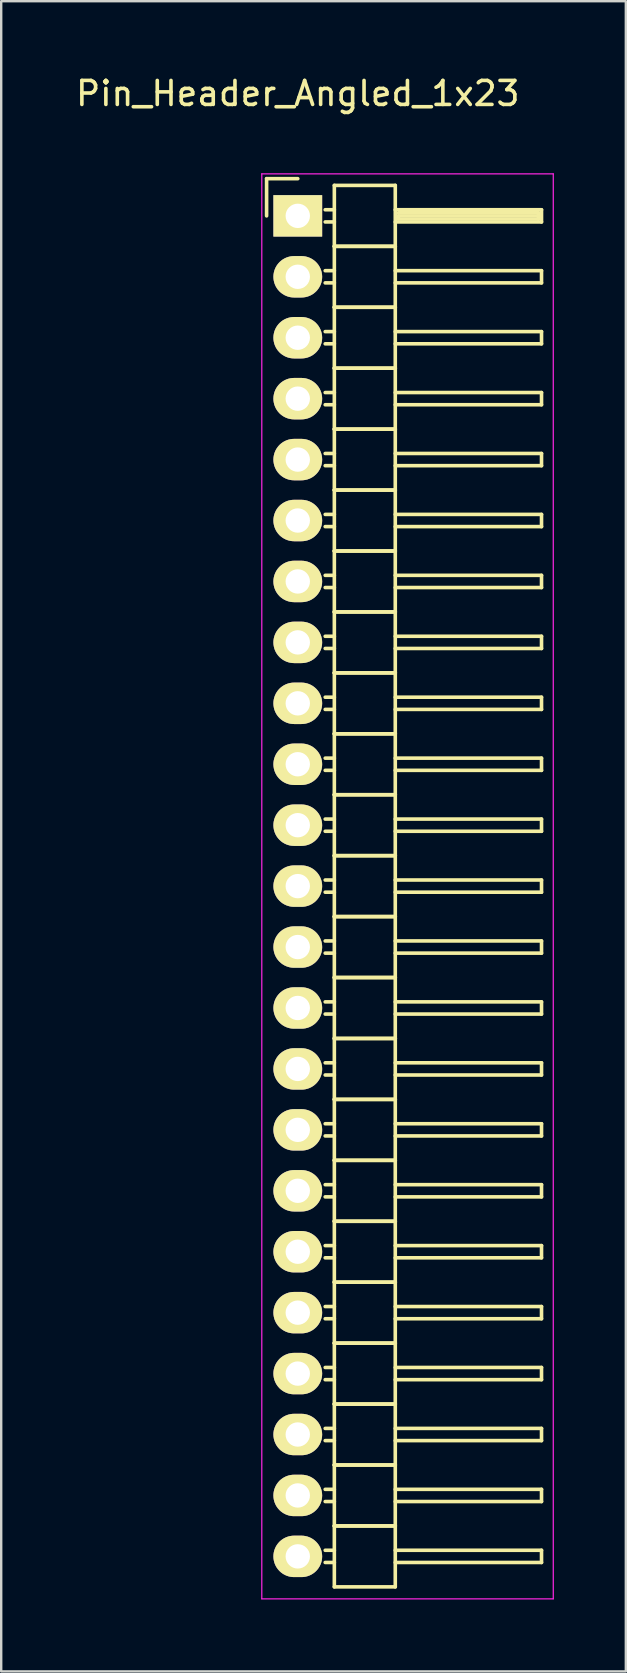
<source format=kicad_pcb>
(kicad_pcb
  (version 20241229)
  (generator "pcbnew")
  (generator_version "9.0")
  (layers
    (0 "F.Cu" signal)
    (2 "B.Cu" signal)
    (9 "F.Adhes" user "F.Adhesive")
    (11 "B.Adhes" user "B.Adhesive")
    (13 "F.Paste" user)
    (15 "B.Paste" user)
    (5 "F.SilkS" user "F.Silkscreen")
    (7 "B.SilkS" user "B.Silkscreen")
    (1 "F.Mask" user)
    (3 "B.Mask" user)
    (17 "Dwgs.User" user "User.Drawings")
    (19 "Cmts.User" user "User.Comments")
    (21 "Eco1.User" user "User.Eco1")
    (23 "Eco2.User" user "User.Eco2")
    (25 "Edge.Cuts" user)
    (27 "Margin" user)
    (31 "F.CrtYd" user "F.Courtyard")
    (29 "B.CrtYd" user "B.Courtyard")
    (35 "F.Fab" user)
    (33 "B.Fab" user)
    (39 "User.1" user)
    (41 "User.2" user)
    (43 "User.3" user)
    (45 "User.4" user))
  (footprint "Pin_Header_Angled_1x23"
    (layer "F.Cu")
    (at 9.363 5.948)
    (property "Reference" "Pin_Header_Angled_1x23" (at 0 -5.1 0) (layer "F.SilkS") (effects (font (size 1 1) (thickness 0.15))))
    (attr through_hole)
    (fp_line (start -1.3 -1.55) (end -1.3 0) (stroke (width 0.15) (type solid)) (layer "F.SilkS"))
    (fp_line (start 0 -1.55) (end -1.3 -1.55) (stroke (width 0.15) (type solid)) (layer "F.SilkS"))
    (fp_line (start 1.524 -1.27) (end 1.524 1.27) (stroke (width 0.15) (type solid)) (layer "F.SilkS"))
    (fp_line (start 1.524 -1.27) (end 4.064 -1.27) (stroke (width 0.15) (type solid)) (layer "F.SilkS"))
    (fp_line (start 1.524 -0.254) (end 1.143 -0.254) (stroke (width 0.15) (type solid)) (layer "F.SilkS"))
    (fp_line (start 1.524 0.254) (end 1.143 0.254) (stroke (width 0.15) (type solid)) (layer "F.SilkS"))
    (fp_line (start 1.524 1.27) (end 1.524 3.81) (stroke (width 0.15) (type solid)) (layer "F.SilkS"))
    (fp_line (start 1.524 1.27) (end 4.064 1.27) (stroke (width 0.15) (type solid)) (layer "F.SilkS"))
    (fp_line (start 1.524 1.27) (end 4.064 1.27) (stroke (width 0.15) (type solid)) (layer "F.SilkS"))
    (fp_line (start 1.524 2.286) (end 1.143 2.286) (stroke (width 0.15) (type solid)) (layer "F.SilkS"))
    (fp_line (start 1.524 2.794) (end 1.143 2.794) (stroke (width 0.15) (type solid)) (layer "F.SilkS"))
    (fp_line (start 1.524 3.81) (end 1.524 6.35) (stroke (width 0.15) (type solid)) (layer "F.SilkS"))
    (fp_line (start 1.524 3.81) (end 4.064 3.81) (stroke (width 0.15) (type solid)) (layer "F.SilkS"))
    (fp_line (start 1.524 3.81) (end 4.064 3.81) (stroke (width 0.15) (type solid)) (layer "F.SilkS"))
    (fp_line (start 1.524 4.826) (end 1.143 4.826) (stroke (width 0.15) (type solid)) (layer "F.SilkS"))
    (fp_line (start 1.524 5.334) (end 1.143 5.334) (stroke (width 0.15) (type solid)) (layer "F.SilkS"))
    (fp_line (start 1.524 6.35) (end 1.524 8.89) (stroke (width 0.15) (type solid)) (layer "F.SilkS"))
    (fp_line (start 1.524 6.35) (end 4.064 6.35) (stroke (width 0.15) (type solid)) (layer "F.SilkS"))
    (fp_line (start 1.524 6.35) (end 4.064 6.35) (stroke (width 0.15) (type solid)) (layer "F.SilkS"))
    (fp_line (start 1.524 7.366) (end 1.143 7.366) (stroke (width 0.15) (type solid)) (layer "F.SilkS"))
    (fp_line (start 1.524 7.874) (end 1.143 7.874) (stroke (width 0.15) (type solid)) (layer "F.SilkS"))
    (fp_line (start 1.524 8.89) (end 1.524 11.43) (stroke (width 0.15) (type solid)) (layer "F.SilkS"))
    (fp_line (start 1.524 8.89) (end 4.064 8.89) (stroke (width 0.15) (type solid)) (layer "F.SilkS"))
    (fp_line (start 1.524 8.89) (end 4.064 8.89) (stroke (width 0.15) (type solid)) (layer "F.SilkS"))
    (fp_line (start 1.524 9.906) (end 1.143 9.906) (stroke (width 0.15) (type solid)) (layer "F.SilkS"))
    (fp_line (start 1.524 10.414) (end 1.143 10.414) (stroke (width 0.15) (type solid)) (layer "F.SilkS"))
    (fp_line (start 1.524 11.43) (end 1.524 13.97) (stroke (width 0.15) (type solid)) (layer "F.SilkS"))
    (fp_line (start 1.524 11.43) (end 4.064 11.43) (stroke (width 0.15) (type solid)) (layer "F.SilkS"))
    (fp_line (start 1.524 11.43) (end 4.064 11.43) (stroke (width 0.15) (type solid)) (layer "F.SilkS"))
    (fp_line (start 1.524 12.446) (end 1.143 12.446) (stroke (width 0.15) (type solid)) (layer "F.SilkS"))
    (fp_line (start 1.524 12.954) (end 1.143 12.954) (stroke (width 0.15) (type solid)) (layer "F.SilkS"))
    (fp_line (start 1.524 13.97) (end 1.524 16.51) (stroke (width 0.15) (type solid)) (layer "F.SilkS"))
    (fp_line (start 1.524 13.97) (end 4.064 13.97) (stroke (width 0.15) (type solid)) (layer "F.SilkS"))
    (fp_line (start 1.524 13.97) (end 4.064 13.97) (stroke (width 0.15) (type solid)) (layer "F.SilkS"))
    (fp_line (start 1.524 14.986) (end 1.143 14.986) (stroke (width 0.15) (type solid)) (layer "F.SilkS"))
    (fp_line (start 1.524 15.494) (end 1.143 15.494) (stroke (width 0.15) (type solid)) (layer "F.SilkS"))
    (fp_line (start 1.524 16.51) (end 1.524 19.05) (stroke (width 0.15) (type solid)) (layer "F.SilkS"))
    (fp_line (start 1.524 16.51) (end 4.064 16.51) (stroke (width 0.15) (type solid)) (layer "F.SilkS"))
    (fp_line (start 1.524 16.51) (end 4.064 16.51) (stroke (width 0.15) (type solid)) (layer "F.SilkS"))
    (fp_line (start 1.524 17.526) (end 1.143 17.526) (stroke (width 0.15) (type solid)) (layer "F.SilkS"))
    (fp_line (start 1.524 18.034) (end 1.143 18.034) (stroke (width 0.15) (type solid)) (layer "F.SilkS"))
    (fp_line (start 1.524 19.05) (end 1.524 21.59) (stroke (width 0.15) (type solid)) (layer "F.SilkS"))
    (fp_line (start 1.524 19.05) (end 4.064 19.05) (stroke (width 0.15) (type solid)) (layer "F.SilkS"))
    (fp_line (start 1.524 19.05) (end 4.064 19.05) (stroke (width 0.15) (type solid)) (layer "F.SilkS"))
    (fp_line (start 1.524 20.066) (end 1.143 20.066) (stroke (width 0.15) (type solid)) (layer "F.SilkS"))
    (fp_line (start 1.524 20.574) (end 1.143 20.574) (stroke (width 0.15) (type solid)) (layer "F.SilkS"))
    (fp_line (start 1.524 21.59) (end 1.524 24.13) (stroke (width 0.15) (type solid)) (layer "F.SilkS"))
    (fp_line (start 1.524 21.59) (end 4.064 21.59) (stroke (width 0.15) (type solid)) (layer "F.SilkS"))
    (fp_line (start 1.524 21.59) (end 4.064 21.59) (stroke (width 0.15) (type solid)) (layer "F.SilkS"))
    (fp_line (start 1.524 22.606) (end 1.143 22.606) (stroke (width 0.15) (type solid)) (layer "F.SilkS"))
    (fp_line (start 1.524 23.114) (end 1.143 23.114) (stroke (width 0.15) (type solid)) (layer "F.SilkS"))
    (fp_line (start 1.524 24.13) (end 1.524 26.67) (stroke (width 0.15) (type solid)) (layer "F.SilkS"))
    (fp_line (start 1.524 24.13) (end 4.064 24.13) (stroke (width 0.15) (type solid)) (layer "F.SilkS"))
    (fp_line (start 1.524 24.13) (end 4.064 24.13) (stroke (width 0.15) (type solid)) (layer "F.SilkS"))
    (fp_line (start 1.524 25.146) (end 1.143 25.146) (stroke (width 0.15) (type solid)) (layer "F.SilkS"))
    (fp_line (start 1.524 25.654) (end 1.143 25.654) (stroke (width 0.15) (type solid)) (layer "F.SilkS"))
    (fp_line (start 1.524 26.67) (end 1.524 29.21) (stroke (width 0.15) (type solid)) (layer "F.SilkS"))
    (fp_line (start 1.524 26.67) (end 4.064 26.67) (stroke (width 0.15) (type solid)) (layer "F.SilkS"))
    (fp_line (start 1.524 26.67) (end 4.064 26.67) (stroke (width 0.15) (type solid)) (layer "F.SilkS"))
    (fp_line (start 1.524 27.686) (end 1.143 27.686) (stroke (width 0.15) (type solid)) (layer "F.SilkS"))
    (fp_line (start 1.524 28.194) (end 1.143 28.194) (stroke (width 0.15) (type solid)) (layer "F.SilkS"))
    (fp_line (start 1.524 29.21) (end 1.524 31.75) (stroke (width 0.15) (type solid)) (layer "F.SilkS"))
    (fp_line (start 1.524 29.21) (end 4.064 29.21) (stroke (width 0.15) (type solid)) (layer "F.SilkS"))
    (fp_line (start 1.524 29.21) (end 4.064 29.21) (stroke (width 0.15) (type solid)) (layer "F.SilkS"))
    (fp_line (start 1.524 30.226) (end 1.143 30.226) (stroke (width 0.15) (type solid)) (layer "F.SilkS"))
    (fp_line (start 1.524 30.734) (end 1.143 30.734) (stroke (width 0.15) (type solid)) (layer "F.SilkS"))
    (fp_line (start 1.524 31.75) (end 1.524 34.29) (stroke (width 0.15) (type solid)) (layer "F.SilkS"))
    (fp_line (start 1.524 31.75) (end 4.064 31.75) (stroke (width 0.15) (type solid)) (layer "F.SilkS"))
    (fp_line (start 1.524 31.75) (end 4.064 31.75) (stroke (width 0.15) (type solid)) (layer "F.SilkS"))
    (fp_line (start 1.524 32.766) (end 1.143 32.766) (stroke (width 0.15) (type solid)) (layer "F.SilkS"))
    (fp_line (start 1.524 33.274) (end 1.143 33.274) (stroke (width 0.15) (type solid)) (layer "F.SilkS"))
    (fp_line (start 1.524 34.29) (end 1.524 36.83) (stroke (width 0.15) (type solid)) (layer "F.SilkS"))
    (fp_line (start 1.524 34.29) (end 4.064 34.29) (stroke (width 0.15) (type solid)) (layer "F.SilkS"))
    (fp_line (start 1.524 34.29) (end 4.064 34.29) (stroke (width 0.15) (type solid)) (layer "F.SilkS"))
    (fp_line (start 1.524 35.306) (end 1.143 35.306) (stroke (width 0.15) (type solid)) (layer "F.SilkS"))
    (fp_line (start 1.524 35.814) (end 1.143 35.814) (stroke (width 0.15) (type solid)) (layer "F.SilkS"))
    (fp_line (start 1.524 36.83) (end 1.524 39.37) (stroke (width 0.15) (type solid)) (layer "F.SilkS"))
    (fp_line (start 1.524 36.83) (end 4.064 36.83) (stroke (width 0.15) (type solid)) (layer "F.SilkS"))
    (fp_line (start 1.524 36.83) (end 4.064 36.83) (stroke (width 0.15) (type solid)) (layer "F.SilkS"))
    (fp_line (start 1.524 37.846) (end 1.143 37.846) (stroke (width 0.15) (type solid)) (layer "F.SilkS"))
    (fp_line (start 1.524 38.354) (end 1.143 38.354) (stroke (width 0.15) (type solid)) (layer "F.SilkS"))
    (fp_line (start 1.524 39.37) (end 1.524 41.91) (stroke (width 0.15) (type solid)) (layer "F.SilkS"))
    (fp_line (start 1.524 39.37) (end 4.064 39.37) (stroke (width 0.15) (type solid)) (layer "F.SilkS"))
    (fp_line (start 1.524 39.37) (end 4.064 39.37) (stroke (width 0.15) (type solid)) (layer "F.SilkS"))
    (fp_line (start 1.524 40.386) (end 1.143 40.386) (stroke (width 0.15) (type solid)) (layer "F.SilkS"))
    (fp_line (start 1.524 40.894) (end 1.143 40.894) (stroke (width 0.15) (type solid)) (layer "F.SilkS"))
    (fp_line (start 1.524 41.91) (end 1.524 44.45) (stroke (width 0.15) (type solid)) (layer "F.SilkS"))
    (fp_line (start 1.524 41.91) (end 4.064 41.91) (stroke (width 0.15) (type solid)) (layer "F.SilkS"))
    (fp_line (start 1.524 41.91) (end 4.064 41.91) (stroke (width 0.15) (type solid)) (layer "F.SilkS"))
    (fp_line (start 1.524 42.926) (end 1.143 42.926) (stroke (width 0.15) (type solid)) (layer "F.SilkS"))
    (fp_line (start 1.524 43.434) (end 1.143 43.434) (stroke (width 0.15) (type solid)) (layer "F.SilkS"))
    (fp_line (start 1.524 44.45) (end 1.524 46.99) (stroke (width 0.15) (type solid)) (layer "F.SilkS"))
    (fp_line (start 1.524 44.45) (end 4.064 44.45) (stroke (width 0.15) (type solid)) (layer "F.SilkS"))
    (fp_line (start 1.524 44.45) (end 4.064 44.45) (stroke (width 0.15) (type solid)) (layer "F.SilkS"))
    (fp_line (start 1.524 45.466) (end 1.143 45.466) (stroke (width 0.15) (type solid)) (layer "F.SilkS"))
    (fp_line (start 1.524 45.974) (end 1.143 45.974) (stroke (width 0.15) (type solid)) (layer "F.SilkS"))
    (fp_line (start 1.524 46.99) (end 1.524 49.53) (stroke (width 0.15) (type solid)) (layer "F.SilkS"))
    (fp_line (start 1.524 46.99) (end 4.064 46.99) (stroke (width 0.15) (type solid)) (layer "F.SilkS"))
    (fp_line (start 1.524 46.99) (end 4.064 46.99) (stroke (width 0.15) (type solid)) (layer "F.SilkS"))
    (fp_line (start 1.524 48.006) (end 1.143 48.006) (stroke (width 0.15) (type solid)) (layer "F.SilkS"))
    (fp_line (start 1.524 48.514) (end 1.143 48.514) (stroke (width 0.15) (type solid)) (layer "F.SilkS"))
    (fp_line (start 1.524 49.53) (end 1.524 52.07) (stroke (width 0.15) (type solid)) (layer "F.SilkS"))
    (fp_line (start 1.524 49.53) (end 4.064 49.53) (stroke (width 0.15) (type solid)) (layer "F.SilkS"))
    (fp_line (start 1.524 49.53) (end 4.064 49.53) (stroke (width 0.15) (type solid)) (layer "F.SilkS"))
    (fp_line (start 1.524 50.546) (end 1.143 50.546) (stroke (width 0.15) (type solid)) (layer "F.SilkS"))
    (fp_line (start 1.524 51.054) (end 1.143 51.054) (stroke (width 0.15) (type solid)) (layer "F.SilkS"))
    (fp_line (start 1.524 52.07) (end 1.524 54.61) (stroke (width 0.15) (type solid)) (layer "F.SilkS"))
    (fp_line (start 1.524 52.07) (end 4.064 52.07) (stroke (width 0.15) (type solid)) (layer "F.SilkS"))
    (fp_line (start 1.524 52.07) (end 4.064 52.07) (stroke (width 0.15) (type solid)) (layer "F.SilkS"))
    (fp_line (start 1.524 53.086) (end 1.143 53.086) (stroke (width 0.15) (type solid)) (layer "F.SilkS"))
    (fp_line (start 1.524 53.594) (end 1.143 53.594) (stroke (width 0.15) (type solid)) (layer "F.SilkS"))
    (fp_line (start 1.524 54.61) (end 1.524 57.15) (stroke (width 0.15) (type solid)) (layer "F.SilkS"))
    (fp_line (start 1.524 54.61) (end 4.064 54.61) (stroke (width 0.15) (type solid)) (layer "F.SilkS"))
    (fp_line (start 1.524 54.61) (end 4.064 54.61) (stroke (width 0.15) (type solid)) (layer "F.SilkS"))
    (fp_line (start 1.524 55.626) (end 1.143 55.626) (stroke (width 0.15) (type solid)) (layer "F.SilkS"))
    (fp_line (start 1.524 56.134) (end 1.143 56.134) (stroke (width 0.15) (type solid)) (layer "F.SilkS"))
    (fp_line (start 1.524 57.15) (end 4.064 57.15) (stroke (width 0.15) (type solid)) (layer "F.SilkS"))
    (fp_line (start 4.064 -0.254) (end 10.16 -0.254) (stroke (width 0.15) (type solid)) (layer "F.SilkS"))
    (fp_line (start 4.064 1.27) (end 4.064 -1.27) (stroke (width 0.15) (type solid)) (layer "F.SilkS"))
    (fp_line (start 4.064 2.286) (end 10.16 2.286) (stroke (width 0.15) (type solid)) (layer "F.SilkS"))
    (fp_line (start 4.064 3.81) (end 4.064 1.27) (stroke (width 0.15) (type solid)) (layer "F.SilkS"))
    (fp_line (start 4.064 4.826) (end 10.16 4.826) (stroke (width 0.15) (type solid)) (layer "F.SilkS"))
    (fp_line (start 4.064 6.35) (end 4.064 3.81) (stroke (width 0.15) (type solid)) (layer "F.SilkS"))
    (fp_line (start 4.064 7.366) (end 10.16 7.366) (stroke (width 0.15) (type solid)) (layer "F.SilkS"))
    (fp_line (start 4.064 8.89) (end 4.064 6.35) (stroke (width 0.15) (type solid)) (layer "F.SilkS"))
    (fp_line (start 4.064 9.906) (end 10.16 9.906) (stroke (width 0.15) (type solid)) (layer "F.SilkS"))
    (fp_line (start 4.064 11.43) (end 4.064 8.89) (stroke (width 0.15) (type solid)) (layer "F.SilkS"))
    (fp_line (start 4.064 12.446) (end 10.16 12.446) (stroke (width 0.15) (type solid)) (layer "F.SilkS"))
    (fp_line (start 4.064 13.97) (end 4.064 11.43) (stroke (width 0.15) (type solid)) (layer "F.SilkS"))
    (fp_line (start 4.064 14.986) (end 10.16 14.986) (stroke (width 0.15) (type solid)) (layer "F.SilkS"))
    (fp_line (start 4.064 16.51) (end 4.064 13.97) (stroke (width 0.15) (type solid)) (layer "F.SilkS"))
    (fp_line (start 4.064 17.526) (end 10.16 17.526) (stroke (width 0.15) (type solid)) (layer "F.SilkS"))
    (fp_line (start 4.064 19.05) (end 4.064 16.51) (stroke (width 0.15) (type solid)) (layer "F.SilkS"))
    (fp_line (start 4.064 20.066) (end 10.16 20.066) (stroke (width 0.15) (type solid)) (layer "F.SilkS"))
    (fp_line (start 4.064 21.59) (end 4.064 19.05) (stroke (width 0.15) (type solid)) (layer "F.SilkS"))
    (fp_line (start 4.064 22.606) (end 10.16 22.606) (stroke (width 0.15) (type solid)) (layer "F.SilkS"))
    (fp_line (start 4.064 24.13) (end 4.064 21.59) (stroke (width 0.15) (type solid)) (layer "F.SilkS"))
    (fp_line (start 4.064 25.146) (end 10.16 25.146) (stroke (width 0.15) (type solid)) (layer "F.SilkS"))
    (fp_line (start 4.064 26.67) (end 4.064 24.13) (stroke (width 0.15) (type solid)) (layer "F.SilkS"))
    (fp_line (start 4.064 27.686) (end 10.16 27.686) (stroke (width 0.15) (type solid)) (layer "F.SilkS"))
    (fp_line (start 4.064 29.21) (end 4.064 26.67) (stroke (width 0.15) (type solid)) (layer "F.SilkS"))
    (fp_line (start 4.064 30.226) (end 10.16 30.226) (stroke (width 0.15) (type solid)) (layer "F.SilkS"))
    (fp_line (start 4.064 31.75) (end 4.064 29.21) (stroke (width 0.15) (type solid)) (layer "F.SilkS"))
    (fp_line (start 4.064 32.766) (end 10.16 32.766) (stroke (width 0.15) (type solid)) (layer "F.SilkS"))
    (fp_line (start 4.064 34.29) (end 4.064 31.75) (stroke (width 0.15) (type solid)) (layer "F.SilkS"))
    (fp_line (start 4.064 35.306) (end 10.16 35.306) (stroke (width 0.15) (type solid)) (layer "F.SilkS"))
    (fp_line (start 4.064 36.83) (end 4.064 34.29) (stroke (width 0.15) (type solid)) (layer "F.SilkS"))
    (fp_line (start 4.064 37.846) (end 10.16 37.846) (stroke (width 0.15) (type solid)) (layer "F.SilkS"))
    (fp_line (start 4.064 39.37) (end 4.064 36.83) (stroke (width 0.15) (type solid)) (layer "F.SilkS"))
    (fp_line (start 4.064 40.386) (end 10.16 40.386) (stroke (width 0.15) (type solid)) (layer "F.SilkS"))
    (fp_line (start 4.064 41.91) (end 4.064 39.37) (stroke (width 0.15) (type solid)) (layer "F.SilkS"))
    (fp_line (start 4.064 42.926) (end 10.16 42.926) (stroke (width 0.15) (type solid)) (layer "F.SilkS"))
    (fp_line (start 4.064 44.45) (end 4.064 41.91) (stroke (width 0.15) (type solid)) (layer "F.SilkS"))
    (fp_line (start 4.064 45.466) (end 10.16 45.466) (stroke (width 0.15) (type solid)) (layer "F.SilkS"))
    (fp_line (start 4.064 46.99) (end 4.064 44.45) (stroke (width 0.15) (type solid)) (layer "F.SilkS"))
    (fp_line (start 4.064 48.006) (end 10.16 48.006) (stroke (width 0.15) (type solid)) (layer "F.SilkS"))
    (fp_line (start 4.064 49.53) (end 4.064 46.99) (stroke (width 0.15) (type solid)) (layer "F.SilkS"))
    (fp_line (start 4.064 50.546) (end 10.16 50.546) (stroke (width 0.15) (type solid)) (layer "F.SilkS"))
    (fp_line (start 4.064 52.07) (end 4.064 49.53) (stroke (width 0.15) (type solid)) (layer "F.SilkS"))
    (fp_line (start 4.064 53.086) (end 10.16 53.086) (stroke (width 0.15) (type solid)) (layer "F.SilkS"))
    (fp_line (start 4.064 54.61) (end 4.064 52.07) (stroke (width 0.15) (type solid)) (layer "F.SilkS"))
    (fp_line (start 4.064 55.626) (end 10.16 55.626) (stroke (width 0.15) (type solid)) (layer "F.SilkS"))
    (fp_line (start 4.064 57.15) (end 4.064 54.61) (stroke (width 0.15) (type solid)) (layer "F.SilkS"))
    (fp_line (start 4.191 -0.127) (end 10.033 -0.127) (stroke (width 0.15) (type solid)) (layer "F.SilkS"))
    (fp_line (start 4.191 0) (end 10.033 0) (stroke (width 0.15) (type solid)) (layer "F.SilkS"))
    (fp_line (start 4.191 0.127) (end 4.191 0) (stroke (width 0.15) (type solid)) (layer "F.SilkS"))
    (fp_line (start 10.033 -0.127) (end 10.033 0.127) (stroke (width 0.15) (type solid)) (layer "F.SilkS"))
    (fp_line (start 10.033 0.127) (end 4.191 0.127) (stroke (width 0.15) (type solid)) (layer "F.SilkS"))
    (fp_line (start 10.16 -0.254) (end 10.16 0.254) (stroke (width 0.15) (type solid)) (layer "F.SilkS"))
    (fp_line (start 10.16 0.254) (end 4.064 0.254) (stroke (width 0.15) (type solid)) (layer "F.SilkS"))
    (fp_line (start 10.16 2.286) (end 10.16 2.794) (stroke (width 0.15) (type solid)) (layer "F.SilkS"))
    (fp_line (start 10.16 2.794) (end 4.064 2.794) (stroke (width 0.15) (type solid)) (layer "F.SilkS"))
    (fp_line (start 10.16 4.826) (end 10.16 5.334) (stroke (width 0.15) (type solid)) (layer "F.SilkS"))
    (fp_line (start 10.16 5.334) (end 4.064 5.334) (stroke (width 0.15) (type solid)) (layer "F.SilkS"))
    (fp_line (start 10.16 7.366) (end 10.16 7.874) (stroke (width 0.15) (type solid)) (layer "F.SilkS"))
    (fp_line (start 10.16 7.874) (end 4.064 7.874) (stroke (width 0.15) (type solid)) (layer "F.SilkS"))
    (fp_line (start 10.16 9.906) (end 10.16 10.414) (stroke (width 0.15) (type solid)) (layer "F.SilkS"))
    (fp_line (start 10.16 10.414) (end 4.064 10.414) (stroke (width 0.15) (type solid)) (layer "F.SilkS"))
    (fp_line (start 10.16 12.446) (end 10.16 12.954) (stroke (width 0.15) (type solid)) (layer "F.SilkS"))
    (fp_line (start 10.16 12.954) (end 4.064 12.954) (stroke (width 0.15) (type solid)) (layer "F.SilkS"))
    (fp_line (start 10.16 14.986) (end 10.16 15.494) (stroke (width 0.15) (type solid)) (layer "F.SilkS"))
    (fp_line (start 10.16 15.494) (end 4.064 15.494) (stroke (width 0.15) (type solid)) (layer "F.SilkS"))
    (fp_line (start 10.16 17.526) (end 10.16 18.034) (stroke (width 0.15) (type solid)) (layer "F.SilkS"))
    (fp_line (start 10.16 18.034) (end 4.064 18.034) (stroke (width 0.15) (type solid)) (layer "F.SilkS"))
    (fp_line (start 10.16 20.066) (end 10.16 20.574) (stroke (width 0.15) (type solid)) (layer "F.SilkS"))
    (fp_line (start 10.16 20.574) (end 4.064 20.574) (stroke (width 0.15) (type solid)) (layer "F.SilkS"))
    (fp_line (start 10.16 22.606) (end 10.16 23.114) (stroke (width 0.15) (type solid)) (layer "F.SilkS"))
    (fp_line (start 10.16 23.114) (end 4.064 23.114) (stroke (width 0.15) (type solid)) (layer "F.SilkS"))
    (fp_line (start 10.16 25.146) (end 10.16 25.654) (stroke (width 0.15) (type solid)) (layer "F.SilkS"))
    (fp_line (start 10.16 25.654) (end 4.064 25.654) (stroke (width 0.15) (type solid)) (layer "F.SilkS"))
    (fp_line (start 10.16 27.686) (end 10.16 28.194) (stroke (width 0.15) (type solid)) (layer "F.SilkS"))
    (fp_line (start 10.16 28.194) (end 4.064 28.194) (stroke (width 0.15) (type solid)) (layer "F.SilkS"))
    (fp_line (start 10.16 30.226) (end 10.16 30.734) (stroke (width 0.15) (type solid)) (layer "F.SilkS"))
    (fp_line (start 10.16 30.734) (end 4.064 30.734) (stroke (width 0.15) (type solid)) (layer "F.SilkS"))
    (fp_line (start 10.16 32.766) (end 10.16 33.274) (stroke (width 0.15) (type solid)) (layer "F.SilkS"))
    (fp_line (start 10.16 33.274) (end 4.064 33.274) (stroke (width 0.15) (type solid)) (layer "F.SilkS"))
    (fp_line (start 10.16 35.306) (end 10.16 35.814) (stroke (width 0.15) (type solid)) (layer "F.SilkS"))
    (fp_line (start 10.16 35.814) (end 4.064 35.814) (stroke (width 0.15) (type solid)) (layer "F.SilkS"))
    (fp_line (start 10.16 37.846) (end 10.16 38.354) (stroke (width 0.15) (type solid)) (layer "F.SilkS"))
    (fp_line (start 10.16 38.354) (end 4.064 38.354) (stroke (width 0.15) (type solid)) (layer "F.SilkS"))
    (fp_line (start 10.16 40.386) (end 10.16 40.894) (stroke (width 0.15) (type solid)) (layer "F.SilkS"))
    (fp_line (start 10.16 40.894) (end 4.064 40.894) (stroke (width 0.15) (type solid)) (layer "F.SilkS"))
    (fp_line (start 10.16 42.926) (end 10.16 43.434) (stroke (width 0.15) (type solid)) (layer "F.SilkS"))
    (fp_line (start 10.16 43.434) (end 4.064 43.434) (stroke (width 0.15) (type solid)) (layer "F.SilkS"))
    (fp_line (start 10.16 45.466) (end 10.16 45.974) (stroke (width 0.15) (type solid)) (layer "F.SilkS"))
    (fp_line (start 10.16 45.974) (end 4.064 45.974) (stroke (width 0.15) (type solid)) (layer "F.SilkS"))
    (fp_line (start 10.16 48.006) (end 10.16 48.514) (stroke (width 0.15) (type solid)) (layer "F.SilkS"))
    (fp_line (start 10.16 48.514) (end 4.064 48.514) (stroke (width 0.15) (type solid)) (layer "F.SilkS"))
    (fp_line (start 10.16 50.546) (end 10.16 51.054) (stroke (width 0.15) (type solid)) (layer "F.SilkS"))
    (fp_line (start 10.16 51.054) (end 4.064 51.054) (stroke (width 0.15) (type solid)) (layer "F.SilkS"))
    (fp_line (start 10.16 53.086) (end 10.16 53.594) (stroke (width 0.15) (type solid)) (layer "F.SilkS"))
    (fp_line (start 10.16 53.594) (end 4.064 53.594) (stroke (width 0.15) (type solid)) (layer "F.SilkS"))
    (fp_line (start 10.16 55.626) (end 10.16 56.134) (stroke (width 0.15) (type solid)) (layer "F.SilkS"))
    (fp_line (start 10.16 56.134) (end 4.064 56.134) (stroke (width 0.15) (type solid)) (layer "F.SilkS"))
    (fp_line (start -1.5 -1.75) (end -1.5 57.65) (stroke (width 0.05) (type solid)) (layer "F.CrtYd"))
    (fp_line (start -1.5 -1.75) (end 10.65 -1.75) (stroke (width 0.05) (type solid)) (layer "F.CrtYd"))
    (fp_line (start -1.5 57.65) (end 10.65 57.65) (stroke (width 0.05) (type solid)) (layer "F.CrtYd"))
    (fp_line (start 10.65 -1.75) (end 10.65 57.65) (stroke (width 0.05) (type solid)) (layer "F.CrtYd"))
    (pad "1" thru_hole rect (at 0 0) (size 2.032 1.727) (drill 1.016) (layers "*.Cu" "*.Mask" "F.SilkS"))
    (pad "2" thru_hole oval (at 0 2.54) (size 2.032 1.727) (drill 1.016) (layers "*.Cu" "*.Mask" "F.SilkS"))
    (pad "3" thru_hole oval (at 0 5.08) (size 2.032 1.727) (drill 1.016) (layers "*.Cu" "*.Mask" "F.SilkS"))
    (pad "4" thru_hole oval (at 0 7.62) (size 2.032 1.727) (drill 1.016) (layers "*.Cu" "*.Mask" "F.SilkS"))
    (pad "5" thru_hole oval (at 0 10.16) (size 2.032 1.727) (drill 1.016) (layers "*.Cu" "*.Mask" "F.SilkS"))
    (pad "6" thru_hole oval (at 0 12.7) (size 2.032 1.727) (drill 1.016) (layers "*.Cu" "*.Mask" "F.SilkS"))
    (pad "7" thru_hole oval (at 0 15.24) (size 2.032 1.727) (drill 1.016) (layers "*.Cu" "*.Mask" "F.SilkS"))
    (pad "8" thru_hole oval (at 0 17.78) (size 2.032 1.727) (drill 1.016) (layers "*.Cu" "*.Mask" "F.SilkS"))
    (pad "9" thru_hole oval (at 0 20.32) (size 2.032 1.727) (drill 1.016) (layers "*.Cu" "*.Mask" "F.SilkS"))
    (pad "10" thru_hole oval (at 0 22.86) (size 2.032 1.727) (drill 1.016) (layers "*.Cu" "*.Mask" "F.SilkS"))
    (pad "11" thru_hole oval (at 0 25.4) (size 2.032 1.727) (drill 1.016) (layers "*.Cu" "*.Mask" "F.SilkS"))
    (pad "12" thru_hole oval (at 0 27.94) (size 2.032 1.727) (drill 1.016) (layers "*.Cu" "*.Mask" "F.SilkS"))
    (pad "13" thru_hole oval (at 0 30.48) (size 2.032 1.727) (drill 1.016) (layers "*.Cu" "*.Mask" "F.SilkS"))
    (pad "14" thru_hole oval (at 0 33.02) (size 2.032 1.727) (drill 1.016) (layers "*.Cu" "*.Mask" "F.SilkS"))
    (pad "15" thru_hole oval (at 0 35.56) (size 2.032 1.727) (drill 1.016) (layers "*.Cu" "*.Mask" "F.SilkS"))
    (pad "16" thru_hole oval (at 0 38.1) (size 2.032 1.727) (drill 1.016) (layers "*.Cu" "*.Mask" "F.SilkS"))
    (pad "17" thru_hole oval (at 0 40.64) (size 2.032 1.727) (drill 1.016) (layers "*.Cu" "*.Mask" "F.SilkS"))
    (pad "18" thru_hole oval (at 0 43.18) (size 2.032 1.727) (drill 1.016) (layers "*.Cu" "*.Mask" "F.SilkS"))
    (pad "19" thru_hole oval (at 0 45.72) (size 2.032 1.727) (drill 1.016) (layers "*.Cu" "*.Mask" "F.SilkS"))
    (pad "20" thru_hole oval (at 0 48.26) (size 2.032 1.727) (drill 1.016) (layers "*.Cu" "*.Mask" "F.SilkS"))
    (pad "21" thru_hole oval (at 0 50.8) (size 2.032 1.727) (drill 1.016) (layers "*.Cu" "*.Mask" "F.SilkS"))
    (pad "22" thru_hole oval (at 0 53.34) (size 2.032 1.727) (drill 1.016) (layers "*.Cu" "*.Mask" "F.SilkS"))
    (pad "23" thru_hole oval (at 0 55.88) (size 2.032 1.727) (drill 1.016) (layers "*.Cu" "*.Mask" "F.SilkS")))
  (gr_rect
    (start -3 -3)
    (end 23.038 66.623)
    (stroke (width 0.1) (type default))
    (fill no)
    (layer "Edge.Cuts")))
</source>
